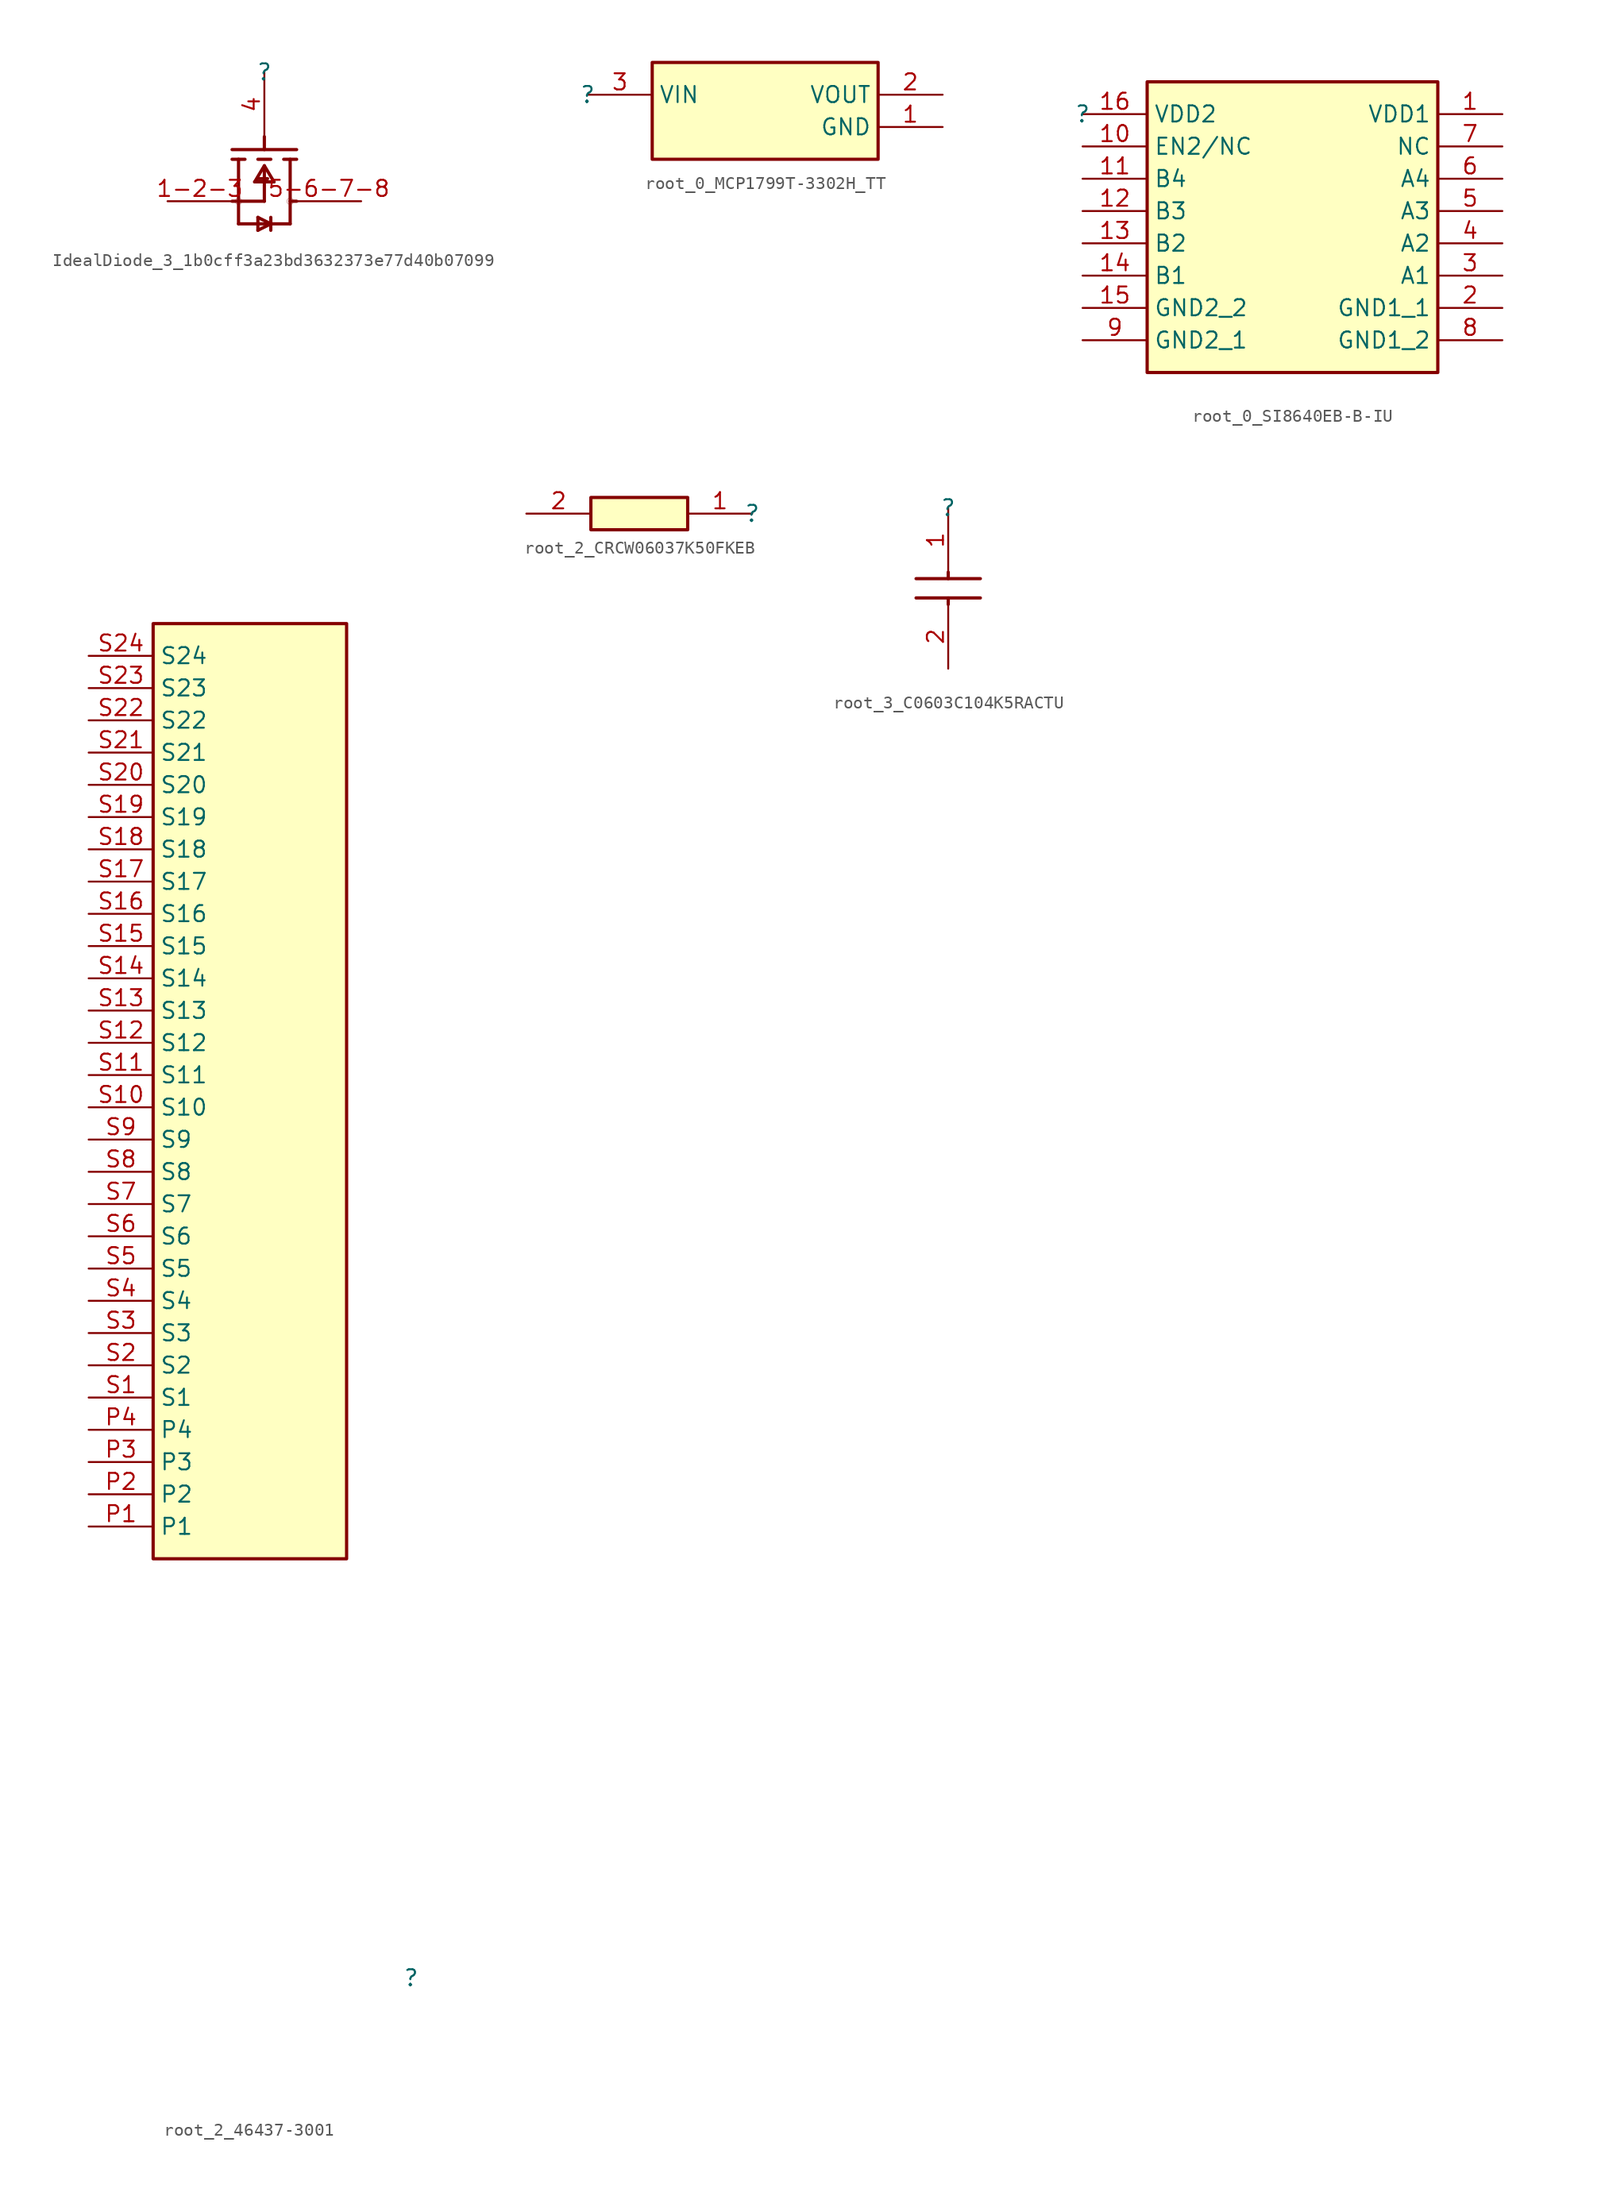
<source format=kicad_sym>
(kicad_symbol_lib
  (version 20220914)
  (generator kicad_symbol_editor)
  (symbol "IdealDiode_3_1b0cff3a23bd3632373e77d40b07099"
    (property "Reference" ""
      (at 0 0 0)
      (effects (font (size 1.27 1.27))))
    (property "Value" ""
      (at 0 0 0)
      (effects (font (size 1.27 1.27))))
    (symbol "IdealDiode_3_1b0cff3a23bd3632373e77d40b07099_1_0"
      (circle (center -2.032 -10.16) (radius 0.254) (stroke (width 0.0001) (type solid)) (fill (type none)))
      (polyline (pts (xy -2.54 -6.096) (xy 2.54 -6.096)) (stroke (width 0.254) (type solid)) (fill (type none)))
      (polyline (pts (xy -2.032 -11.938) (xy 2.032 -11.938)) (stroke (width 0.254) (type solid)) (fill (type none)))
      (polyline (pts (xy -2.032 -10.16) (xy -2.032 -11.938)) (stroke (width 0.254) (type solid)) (fill (type none)))
      (polyline (pts (xy -2.032 -6.858) (xy -2.032 -10.16)) (stroke (width 0.254) (type solid)) (fill (type none)))
      (polyline (pts (xy -1.524 -6.858) (xy -2.54 -6.858)) (stroke (width 0.254) (type solid)) (fill (type none)))
      (polyline (pts (xy -0.508 -12.446) (xy 0.508 -11.938)) (stroke (width 0.254) (type solid)) (fill (type none)))
      (polyline (pts (xy -0.508 -11.43) (xy -0.508 -12.446)) (stroke (width 0.254) (type solid)) (fill (type none)))
      (polyline (pts (xy 0 -10.16) (xy -2.54 -10.16)) (stroke (width 0.254) (type solid)) (fill (type none)))
      (polyline (pts (xy 0 -7.62) (xy 0 -10.16)) (stroke (width 0.254) (type solid)) (fill (type none)))
      (polyline (pts (xy 0 -7.366) (xy -0.762 -8.636)) (stroke (width 0.254) (type solid)) (fill (type none)))
      (polyline (pts (xy 0 -7.366) (xy 0.762 -8.636)) (stroke (width 0.254) (type solid)) (fill (type none)))
      (polyline (pts (xy 0 -6.096) (xy 0 -5.08)) (stroke (width 0.254) (type solid)) (fill (type none)))
      (polyline (pts (xy 0.254 -8.382) (xy -0.508 -8.382)) (stroke (width 0.254) (type solid)) (fill (type none)))
      (polyline (pts (xy 0.508 -11.938) (xy -0.508 -11.43)) (stroke (width 0.254) (type solid)) (fill (type none)))
      (polyline (pts (xy 0.508 -11.938) (xy 0.508 -12.446)) (stroke (width 0.254) (type solid)) (fill (type none)))
      (polyline (pts (xy 0.508 -11.938) (xy 0.508 -11.43)) (stroke (width 0.254) (type solid)) (fill (type none)))
      (polyline (pts (xy 0.508 -6.858) (xy -0.508 -6.858)) (stroke (width 0.254) (type solid)) (fill (type none)))
      (polyline (pts (xy 0.762 -8.636) (xy -0.762 -8.636)) (stroke (width 0.254) (type solid)) (fill (type none)))
      (polyline (pts (xy 1.524 -6.858) (xy 2.54 -6.858)) (stroke (width 0.254) (type solid)) (fill (type none)))
      (polyline (pts (xy 2.032 -11.938) (xy 2.032 -10.16)) (stroke (width 0.254) (type solid)) (fill (type none)))
      (polyline (pts (xy 2.032 -10.16) (xy 2.54 -10.16)) (stroke (width 0.254) (type solid)) (fill (type none)))
      (polyline (pts (xy 2.032 -6.858) (xy 2.032 -10.16)) (stroke (width 0.254) (type solid)) (fill (type none)))
      (circle (center 2.032 -10.16) (radius 0.254) (stroke (width 0.0001) (type solid)) (fill (type none)))
      (pin passive line (at -7.62 -10.16 0) (length 5.08) (name "S" (effects (font (size 0 0)))) (number "1-2-3" (effects (font (size 1.27 1.27)))))
      (pin passive line (at 0 0 270) (length 5.08) (name "G" (effects (font (size 0 0)))) (number "4" (effects (font (size 1.27 1.27)))))
      (pin passive line (at 7.62 -10.16 180) (length 5.08) (name "D" (effects (font (size 0 0)))) (number "5-6-7-8" (effects (font (size 1.27 1.27)))))))
  (symbol "root_0_MCP1799T-3302H_TT"
    (property "Reference" ""
      (at 0 0 0)
      (effects (font (size 1.27 1.27))))
    (property "Value" ""
      (at 0 0 0)
      (effects (font (size 1.27 1.27))))
    (symbol "root_0_MCP1799T-3302H_TT_1_0"
      (rectangle (start 22.86 2.54) (end 5.08 -5.08) (stroke (width 0.254) (type solid)) (fill (type background)))
      (pin passive line (at 27.94 -2.54 180) (length 5.08) (name "GND" (effects (font (size 1.27 1.27)))) (number "1" (effects (font (size 1.27 1.27)))))
      (pin passive line (at 27.94 0 180) (length 5.08) (name "VOUT" (effects (font (size 1.27 1.27)))) (number "2" (effects (font (size 1.27 1.27)))))
      (pin passive line (at 0 0 0) (length 5.08) (name "VIN" (effects (font (size 1.27 1.27)))) (number "3" (effects (font (size 1.27 1.27)))))))
  (symbol "root_0_SI8640EB-B-IU"
    (property "Reference" ""
      (at 0 0 0)
      (effects (font (size 1.27 1.27))))
    (property "Value" ""
      (at 0 0 0)
      (effects (font (size 1.27 1.27))))
    (symbol "root_0_SI8640EB-B-IU_1_0"
      (rectangle (start 27.94 2.54) (end 5.08 -20.32) (stroke (width 0.254) (type solid)) (fill (type background)))
      (pin passive line (at 33.02 0 180) (length 5.08) (name "VDD1" (effects (font (size 1.27 1.27)))) (number "1" (effects (font (size 1.27 1.27)))))
      (pin passive line (at 0 -2.54 0) (length 5.08) (name "EN2/NC" (effects (font (size 1.27 1.27)))) (number "10" (effects (font (size 1.27 1.27)))))
      (pin passive line (at 0 -5.08 0) (length 5.08) (name "B4" (effects (font (size 1.27 1.27)))) (number "11" (effects (font (size 1.27 1.27)))))
      (pin passive line (at 0 -7.62 0) (length 5.08) (name "B3" (effects (font (size 1.27 1.27)))) (number "12" (effects (font (size 1.27 1.27)))))
      (pin passive line (at 0 -10.16 0) (length 5.08) (name "B2" (effects (font (size 1.27 1.27)))) (number "13" (effects (font (size 1.27 1.27)))))
      (pin passive line (at 0 -12.7 0) (length 5.08) (name "B1" (effects (font (size 1.27 1.27)))) (number "14" (effects (font (size 1.27 1.27)))))
      (pin passive line (at 0 -15.24 0) (length 5.08) (name "GND2_2" (effects (font (size 1.27 1.27)))) (number "15" (effects (font (size 1.27 1.27)))))
      (pin passive line (at 0 0 0) (length 5.08) (name "VDD2" (effects (font (size 1.27 1.27)))) (number "16" (effects (font (size 1.27 1.27)))))
      (pin passive line (at 33.02 -15.24 180) (length 5.08) (name "GND1_1" (effects (font (size 1.27 1.27)))) (number "2" (effects (font (size 1.27 1.27)))))
      (pin passive line (at 33.02 -12.7 180) (length 5.08) (name "A1" (effects (font (size 1.27 1.27)))) (number "3" (effects (font (size 1.27 1.27)))))
      (pin passive line (at 33.02 -10.16 180) (length 5.08) (name "A2" (effects (font (size 1.27 1.27)))) (number "4" (effects (font (size 1.27 1.27)))))
      (pin passive line (at 33.02 -7.62 180) (length 5.08) (name "A3" (effects (font (size 1.27 1.27)))) (number "5" (effects (font (size 1.27 1.27)))))
      (pin passive line (at 33.02 -5.08 180) (length 5.08) (name "A4" (effects (font (size 1.27 1.27)))) (number "6" (effects (font (size 1.27 1.27)))))
      (pin passive line (at 33.02 -2.54 180) (length 5.08) (name "NC" (effects (font (size 1.27 1.27)))) (number "7" (effects (font (size 1.27 1.27)))))
      (pin passive line (at 33.02 -17.78 180) (length 5.08) (name "GND1_2" (effects (font (size 1.27 1.27)))) (number "8" (effects (font (size 1.27 1.27)))))
      (pin passive line (at 0 -17.78 0) (length 5.08) (name "GND2_1" (effects (font (size 1.27 1.27)))) (number "9" (effects (font (size 1.27 1.27)))))))
  (symbol "root_2_46437-3001"
    (property "Reference" ""
      (at 0 0 0)
      (effects (font (size 1.27 1.27))))
    (property "Value" ""
      (at 0 0 0)
      (effects (font (size 1.27 1.27))))
    (symbol "root_2_46437-3001_1_0"
      (rectangle (start -5.08 106.68) (end -20.32 33.02) (stroke (width 0.254) (type solid)) (fill (type background)))
      (pin passive line (at -25.4 35.56 0) (length 5.08) (name "P1" (effects (font (size 1.27 1.27)))) (number "P1" (effects (font (size 1.27 1.27)))))
      (pin passive line (at -25.4 38.1 0) (length 5.08) (name "P2" (effects (font (size 1.27 1.27)))) (number "P2" (effects (font (size 1.27 1.27)))))
      (pin passive line (at -25.4 40.64 0) (length 5.08) (name "P3" (effects (font (size 1.27 1.27)))) (number "P3" (effects (font (size 1.27 1.27)))))
      (pin passive line (at -25.4 43.18 0) (length 5.08) (name "P4" (effects (font (size 1.27 1.27)))) (number "P4" (effects (font (size 1.27 1.27)))))
      (pin passive line (at -25.4 45.72 0) (length 5.08) (name "S1" (effects (font (size 1.27 1.27)))) (number "S1" (effects (font (size 1.27 1.27)))))
      (pin passive line (at -25.4 68.58 0) (length 5.08) (name "S10" (effects (font (size 1.27 1.27)))) (number "S10" (effects (font (size 1.27 1.27)))))
      (pin passive line (at -25.4 71.12 0) (length 5.08) (name "S11" (effects (font (size 1.27 1.27)))) (number "S11" (effects (font (size 1.27 1.27)))))
      (pin passive line (at -25.4 73.66 0) (length 5.08) (name "S12" (effects (font (size 1.27 1.27)))) (number "S12" (effects (font (size 1.27 1.27)))))
      (pin passive line (at -25.4 76.2 0) (length 5.08) (name "S13" (effects (font (size 1.27 1.27)))) (number "S13" (effects (font (size 1.27 1.27)))))
      (pin passive line (at -25.4 78.74 0) (length 5.08) (name "S14" (effects (font (size 1.27 1.27)))) (number "S14" (effects (font (size 1.27 1.27)))))
      (pin passive line (at -25.4 81.28 0) (length 5.08) (name "S15" (effects (font (size 1.27 1.27)))) (number "S15" (effects (font (size 1.27 1.27)))))
      (pin passive line (at -25.4 83.82 0) (length 5.08) (name "S16" (effects (font (size 1.27 1.27)))) (number "S16" (effects (font (size 1.27 1.27)))))
      (pin passive line (at -25.4 86.36 0) (length 5.08) (name "S17" (effects (font (size 1.27 1.27)))) (number "S17" (effects (font (size 1.27 1.27)))))
      (pin passive line (at -25.4 88.9 0) (length 5.08) (name "S18" (effects (font (size 1.27 1.27)))) (number "S18" (effects (font (size 1.27 1.27)))))
      (pin passive line (at -25.4 91.44 0) (length 5.08) (name "S19" (effects (font (size 1.27 1.27)))) (number "S19" (effects (font (size 1.27 1.27)))))
      (pin passive line (at -25.4 48.26 0) (length 5.08) (name "S2" (effects (font (size 1.27 1.27)))) (number "S2" (effects (font (size 1.27 1.27)))))
      (pin passive line (at -25.4 93.98 0) (length 5.08) (name "S20" (effects (font (size 1.27 1.27)))) (number "S20" (effects (font (size 1.27 1.27)))))
      (pin passive line (at -25.4 96.52 0) (length 5.08) (name "S21" (effects (font (size 1.27 1.27)))) (number "S21" (effects (font (size 1.27 1.27)))))
      (pin passive line (at -25.4 99.06 0) (length 5.08) (name "S22" (effects (font (size 1.27 1.27)))) (number "S22" (effects (font (size 1.27 1.27)))))
      (pin passive line (at -25.4 101.6 0) (length 5.08) (name "S23" (effects (font (size 1.27 1.27)))) (number "S23" (effects (font (size 1.27 1.27)))))
      (pin passive line (at -25.4 104.14 0) (length 5.08) (name "S24" (effects (font (size 1.27 1.27)))) (number "S24" (effects (font (size 1.27 1.27)))))
      (pin passive line (at -25.4 50.8 0) (length 5.08) (name "S3" (effects (font (size 1.27 1.27)))) (number "S3" (effects (font (size 1.27 1.27)))))
      (pin passive line (at -25.4 53.34 0) (length 5.08) (name "S4" (effects (font (size 1.27 1.27)))) (number "S4" (effects (font (size 1.27 1.27)))))
      (pin passive line (at -25.4 55.88 0) (length 5.08) (name "S5" (effects (font (size 1.27 1.27)))) (number "S5" (effects (font (size 1.27 1.27)))))
      (pin passive line (at -25.4 58.42 0) (length 5.08) (name "S6" (effects (font (size 1.27 1.27)))) (number "S6" (effects (font (size 1.27 1.27)))))
      (pin passive line (at -25.4 60.96 0) (length 5.08) (name "S7" (effects (font (size 1.27 1.27)))) (number "S7" (effects (font (size 1.27 1.27)))))
      (pin passive line (at -25.4 63.5 0) (length 5.08) (name "S8" (effects (font (size 1.27 1.27)))) (number "S8" (effects (font (size 1.27 1.27)))))
      (pin passive line (at -25.4 66.04 0) (length 5.08) (name "S9" (effects (font (size 1.27 1.27)))) (number "S9" (effects (font (size 1.27 1.27)))))))
  (symbol "root_2_CRCW06037K50FKEB"
    (property "Reference" ""
      (at 0 0 0)
      (effects (font (size 1.27 1.27))))
    (property "Value" ""
      (at 0 0 0)
      (effects (font (size 1.27 1.27))))
    (symbol "root_2_CRCW06037K50FKEB_1_0"
      (rectangle (start -5.08 1.27) (end -12.7 -1.27) (stroke (width 0.254) (type solid)) (fill (type background)))
      (pin passive line (at 0 0 180) (length 5.08) (name "1" (effects (font (size 0 0)))) (number "1" (effects (font (size 1.27 1.27)))))
      (pin passive line (at -17.78 0 0) (length 5.08) (name "2" (effects (font (size 0 0)))) (number "2" (effects (font (size 1.27 1.27)))))))
  (symbol "root_3_C0603C104K5RACTU"
    (property "Reference" ""
      (at 0 0 0)
      (effects (font (size 1.27 1.27))))
    (property "Value" ""
      (at 0 0 0)
      (effects (font (size 1.27 1.27))))
    (symbol "root_3_C0603C104K5RACTU_1_0"
      (polyline (pts (xy 0 -7.112) (xy 0 -7.62)) (stroke (width 0.254) (type solid)) (fill (type none)))
      (polyline (pts (xy 0 -5.08) (xy 0 -5.588)) (stroke (width 0.254) (type solid)) (fill (type none)))
      (polyline (pts (xy 2.54 -7.112) (xy -2.54 -7.112)) (stroke (width 0.254) (type solid)) (fill (type none)))
      (polyline (pts (xy 2.54 -5.588) (xy -2.54 -5.588)) (stroke (width 0.254) (type solid)) (fill (type none)))
      (pin passive line (at 0 0 270) (length 5.08) (name "1" (effects (font (size 0 0)))) (number "1" (effects (font (size 1.27 1.27)))))
      (pin passive line (at 0 -12.7 90) (length 5.08) (name "2" (effects (font (size 0 0)))) (number "2" (effects (font (size 1.27 1.27))))))))
</source>
